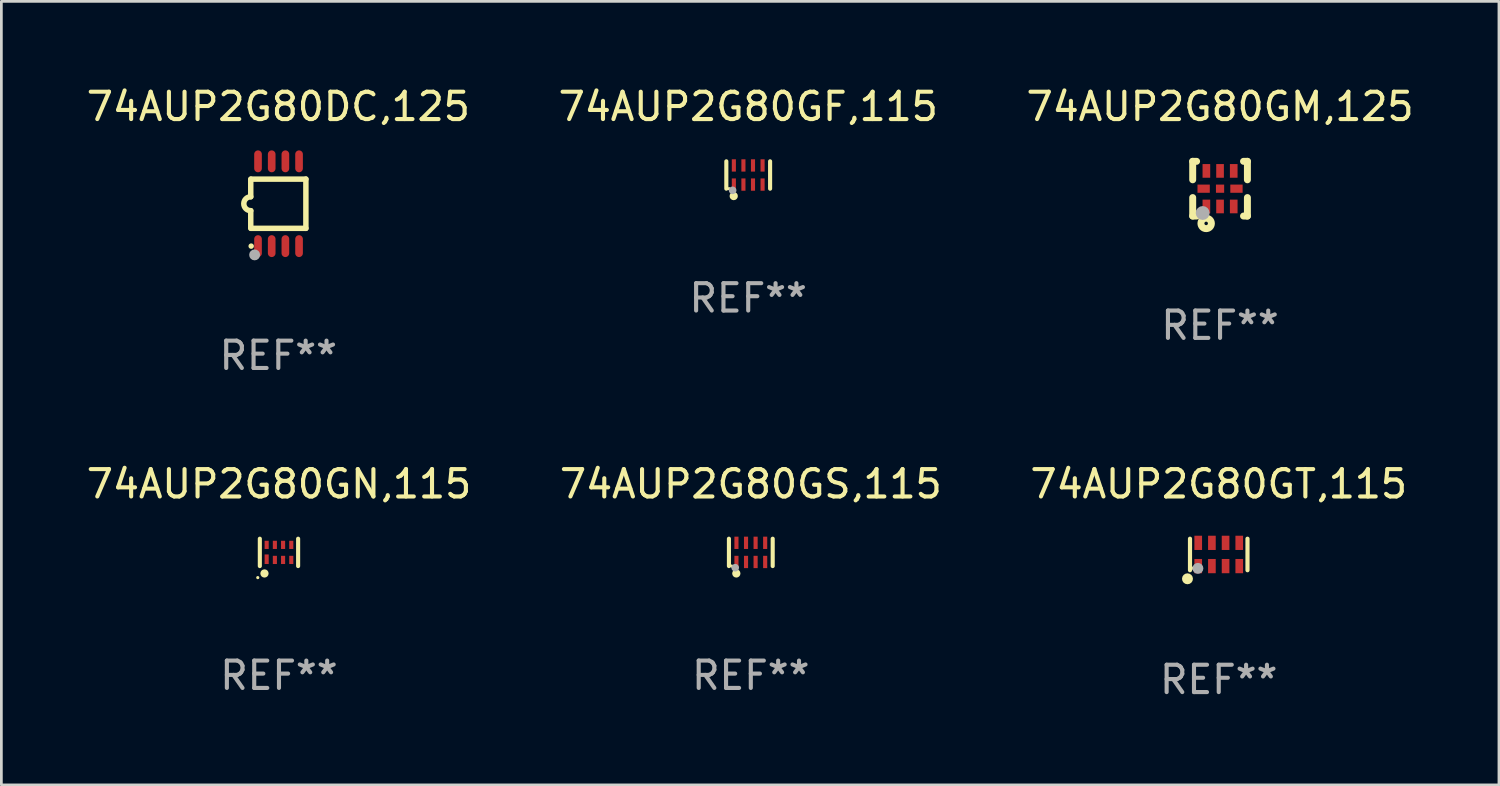
<source format=kicad_pcb>
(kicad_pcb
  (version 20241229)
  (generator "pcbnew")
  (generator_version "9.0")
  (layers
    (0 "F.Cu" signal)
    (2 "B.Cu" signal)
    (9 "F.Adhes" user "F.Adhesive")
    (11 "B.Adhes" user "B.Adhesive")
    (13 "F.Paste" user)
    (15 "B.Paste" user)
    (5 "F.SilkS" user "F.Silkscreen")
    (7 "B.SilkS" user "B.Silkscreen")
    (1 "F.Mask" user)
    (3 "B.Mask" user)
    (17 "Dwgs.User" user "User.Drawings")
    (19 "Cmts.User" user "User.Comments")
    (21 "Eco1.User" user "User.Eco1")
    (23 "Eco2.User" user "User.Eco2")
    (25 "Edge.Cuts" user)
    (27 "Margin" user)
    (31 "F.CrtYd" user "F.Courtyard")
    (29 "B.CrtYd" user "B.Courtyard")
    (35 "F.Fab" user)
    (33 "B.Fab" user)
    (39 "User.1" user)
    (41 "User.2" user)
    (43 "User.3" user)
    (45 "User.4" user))
  (footprint "74AUP2G80DC,125"
    (layer "F.Cu")
    (at 7.125 4.398)
    (property "Reference" "74AUP2G80DC,125" (at 0 -3.55 0) (layer "F.SilkS") (effects (font (size 1 1) (thickness 0.15))))
    (attr through_hole)
    (fp_line (start -1.008 -0.254) (end -1.008 -0.9) (stroke (width 0.2) (type solid)) (layer "F.SilkS"))
    (fp_line (start -1.008 0.254) (end -1.008 0.9) (stroke (width 0.2) (type solid)) (layer "F.SilkS"))
    (fp_line (start -0.992 0.9) (end 1.008 0.9) (stroke (width 0.2) (type solid)) (layer "F.SilkS"))
    (fp_line (start 1.008 -0.9) (end -0.992 -0.9) (stroke (width 0.2) (type solid)) (layer "F.SilkS"))
    (fp_line (start 1.008 0.9) (end 1.008 -0.9) (stroke (width 0.2) (type solid)) (layer "F.SilkS"))
    (fp_arc (start -1.008001 0.254001) (mid -1.262002 0) (end -1.008001 -0.254001) (stroke (width 0.2) (type solid)) (layer "F.SilkS"))
    (fp_circle (center -0.992 1.55) (end -0.942 1.55) (stroke (width 0.1) (type solid)) (fill no) (layer "F.SilkS"))
    (fp_circle (center -0.866 1.87) (end -0.766 1.87) (stroke (width 0.2) (type solid)) (fill no) (layer "F.Fab"))
    (fp_text user "REF**" (at 0 5.55 0) (layer "F.Fab") (effects (font (size 1 1) (thickness 0.15))))
    (pad "1" smd oval (at -0.742 1.55 270) (size 0.8 0.28) (layers "F.Cu" "F.Mask" "F.Paste"))
    (pad "2" smd oval (at -0.242 1.55 270) (size 0.8 0.28) (layers "F.Cu" "F.Mask" "F.Paste"))
    (pad "3" smd oval (at 0.258 1.55 270) (size 0.8 0.28) (layers "F.Cu" "F.Mask" "F.Paste"))
    (pad "4" smd oval (at 0.758 1.55 270) (size 0.8 0.28) (layers "F.Cu" "F.Mask" "F.Paste"))
    (pad "5" smd oval (at 0.758 -1.55 270) (size 0.8 0.28) (layers "F.Cu" "F.Mask" "F.Paste"))
    (pad "6" smd oval (at 0.258 -1.55 270) (size 0.8 0.28) (layers "F.Cu" "F.Mask" "F.Paste"))
    (pad "7" smd oval (at -0.242 -1.55 270) (size 0.8 0.28) (layers "F.Cu" "F.Mask" "F.Paste"))
    (pad "8" smd oval (at -0.742 -1.55 270) (size 0.8 0.28) (layers "F.Cu" "F.Mask" "F.Paste")))
  (footprint "74AUP2G80GS,115"
    (layer "F.Cu")
    (at 24.399 17.145)
    (property "Reference" "74AUP2G80GS,115" (at 0 -2.5 0) (layer "F.SilkS") (effects (font (size 1 1) (thickness 0.15))))
    (attr through_hole)
    (fp_line (start -0.8 -0.5) (end -0.8 0.5) (stroke (width 0.15) (type solid)) (layer "F.SilkS"))
    (fp_line (start 0.8 -0.5) (end 0.8 0.5) (stroke (width 0.15) (type solid)) (layer "F.SilkS"))
    (fp_circle (center -0.7 0.5) (end -0.67 0.5) (stroke (width 0.06) (type solid)) (fill no) (layer "F.SilkS"))
    (fp_circle (center -0.53 0.77) (end -0.454 0.77) (stroke (width 0.15) (type solid)) (fill no) (layer "F.SilkS"))
    (fp_circle (center -0.57 0.56) (end -0.5 0.56) (stroke (width 0.14) (type solid)) (fill no) (layer "F.Fab"))
    (fp_text user "REF**" (at 0 4.5 0) (layer "F.Fab") (effects (font (size 1 1) (thickness 0.15))))
    (pad "1" smd rect (at -0.525 0.35) (size 0.15 0.45) (layers "F.Cu" "F.Mask" "F.Paste"))
    (pad "2" smd rect (at -0.175 0.35) (size 0.15 0.45) (layers "F.Cu" "F.Mask" "F.Paste"))
    (pad "3" smd rect (at 0.175 0.35) (size 0.15 0.45) (layers "F.Cu" "F.Mask" "F.Paste"))
    (pad "4" smd rect (at 0.525 0.35) (size 0.15 0.45) (layers "F.Cu" "F.Mask" "F.Paste"))
    (pad "5" smd rect (at 0.525 -0.35) (size 0.15 0.45) (layers "F.Cu" "F.Mask" "F.Paste"))
    (pad "6" smd rect (at 0.175 -0.35) (size 0.15 0.45) (layers "F.Cu" "F.Mask" "F.Paste"))
    (pad "7" smd rect (at -0.175 -0.35) (size 0.15 0.45) (layers "F.Cu" "F.Mask" "F.Paste"))
    (pad "8" smd rect (at -0.525 -0.35) (size 0.15 0.45) (layers "F.Cu" "F.Mask" "F.Paste")))
  (footprint "74AUP2G80GN,115"
    (layer "F.Cu")
    (at 7.149 17.145)
    (property "Reference" "74AUP2G80GN,115" (at 0 -2.5 0) (layer "F.SilkS") (effects (font (size 1 1) (thickness 0.15))))
    (attr through_hole)
    (fp_line (start -0.7 -0.5) (end -0.7 0.5) (stroke (width 0.15) (type solid)) (layer "F.SilkS"))
    (fp_line (start 0.7 -0.5) (end 0.7 0.5) (stroke (width 0.15) (type solid)) (layer "F.SilkS"))
    (fp_circle (center -0.775 0.922) (end -0.745 0.922) (stroke (width 0.06) (type solid)) (fill no) (layer "F.SilkS"))
    (fp_circle (center -0.53 0.77) (end -0.454 0.77) (stroke (width 0.15) (type solid)) (fill no) (layer "F.SilkS"))
    (fp_text user "REF**" (at 0 4.5 0) (layer "F.Fab") (effects (font (size 1 1) (thickness 0.15))))
    (pad "1" smd rect (at -0.45 0.25) (size 0.15 0.35) (layers "F.Cu" "F.Mask" "F.Paste"))
    (pad "2" smd rect (at -0.15 0.275) (size 0.15 0.3) (layers "F.Cu" "F.Mask" "F.Paste"))
    (pad "3" smd rect (at 0.15 0.275) (size 0.15 0.3) (layers "F.Cu" "F.Mask" "F.Paste"))
    (pad "4" smd rect (at 0.45 0.275) (size 0.15 0.3) (layers "F.Cu" "F.Mask" "F.Paste"))
    (pad "5" smd rect (at 0.45 -0.275) (size 0.15 0.3) (layers "F.Cu" "F.Mask" "F.Paste"))
    (pad "6" smd rect (at 0.15 -0.275) (size 0.15 0.3) (layers "F.Cu" "F.Mask" "F.Paste"))
    (pad "7" smd rect (at -0.15 -0.275) (size 0.15 0.3) (layers "F.Cu" "F.Mask" "F.Paste"))
    (pad "8" smd rect (at -0.45 -0.275) (size 0.15 0.3) (layers "F.Cu" "F.Mask" "F.Paste")))
  (footprint "74AUP2G80GM,125"
    (layer "F.Cu")
    (at 41.554 3.848)
    (property "Reference" "74AUP2G80GM,125" (at 0 -3 0) (layer "F.SilkS") (effects (font (size 1 1) (thickness 0.15))))
    (attr through_hole)
    (fp_line (start -1 -1) (end -0.858 -1) (stroke (width 0.254) (type solid)) (layer "F.SilkS"))
    (fp_line (start -1 -0.325) (end -1 -1) (stroke (width 0.254) (type solid)) (layer "F.SilkS"))
    (fp_line (start -1 1) (end -1 0.325) (stroke (width 0.254) (type solid)) (layer "F.SilkS"))
    (fp_line (start -0.858 1) (end -1 1) (stroke (width 0.254) (type solid)) (layer "F.SilkS"))
    (fp_line (start 0.858 -1) (end 1 -1) (stroke (width 0.254) (type solid)) (layer "F.SilkS"))
    (fp_line (start 1 -1) (end 1 -0.325) (stroke (width 0.254) (type solid)) (layer "F.SilkS"))
    (fp_line (start 1 0.325) (end 1 1) (stroke (width 0.254) (type solid)) (layer "F.SilkS"))
    (fp_line (start 1 1) (end 0.858 1) (stroke (width 0.254) (type solid)) (layer "F.SilkS"))
    (fp_circle (center -0.8 0.8) (end -0.77 0.8) (stroke (width 0.06) (type solid)) (fill no) (layer "F.SilkS"))
    (fp_circle (center -0.508 1.27) (end -0.444 1.27) (stroke (width 0.254) (type solid)) (fill no) (layer "F.SilkS"))
    (fp_circle (center -0.635 0.889) (end -0.508 0.889) (stroke (width 0.254) (type solid)) (fill no) (layer "F.Fab"))
    (fp_text user "REF**" (at 0 5 0) (layer "F.Fab") (effects (font (size 1 1) (thickness 0.15))))
    (pad "1" smd rect (at -0.5 0.65 90) (size 0.5 0.28) (layers "F.Cu" "F.Mask" "F.Paste"))
    (pad "2" smd rect (at 0.000013 0.65 90) (size 0.5 0.28) (layers "F.Cu" "F.Mask" "F.Paste"))
    (pad "3" smd rect (at 0.5 0.65 90) (size 0.5 0.28) (layers "F.Cu" "F.Mask" "F.Paste"))
    (pad "4" smd rect (at 0.6 0.000076 180) (size 0.45 0.3) (layers "F.Cu" "F.Mask" "F.Paste"))
    (pad "5" smd rect (at 0.5 -0.65 90) (size 0.5 0.28) (layers "F.Cu" "F.Mask" "F.Paste"))
    (pad "6" smd rect (at 0.000013 -0.65 90) (size 0.5 0.28) (layers "F.Cu" "F.Mask" "F.Paste"))
    (pad "7" smd rect (at -0.5 -0.65 90) (size 0.5 0.28) (layers "F.Cu" "F.Mask" "F.Paste"))
    (pad "8" smd rect (at -0.6 0.000076 180) (size 0.45 0.3) (layers "F.Cu" "F.Mask" "F.Paste"))
    (pad "9" smd rect (at 0.000013 0.000076 180) (size 0.3 0.3) (layers "F.Cu" "F.Mask" "F.Paste")))
  (footprint "74AUP2G80GF,115"
    (layer "F.Cu")
    (at 24.304 3.348)
    (property "Reference" "74AUP2G80GF,115" (at 0 -2.5 0) (layer "F.SilkS") (effects (font (size 1 1) (thickness 0.15))))
    (attr through_hole)
    (fp_line (start -0.8 -0.5) (end -0.8 0.5) (stroke (width 0.15) (type solid)) (layer "F.SilkS"))
    (fp_line (start 0.8 -0.5) (end 0.8 0.5) (stroke (width 0.15) (type solid)) (layer "F.SilkS"))
    (fp_circle (center -0.7 0.5) (end -0.67 0.5) (stroke (width 0.06) (type solid)) (fill no) (layer "F.SilkS"))
    (fp_circle (center -0.53 0.77) (end -0.454 0.77) (stroke (width 0.15) (type solid)) (fill no) (layer "F.SilkS"))
    (fp_circle (center -0.57 0.56) (end -0.5 0.56) (stroke (width 0.14) (type solid)) (fill no) (layer "F.Fab"))
    (fp_text user "REF**" (at 0 4.5 0) (layer "F.Fab") (effects (font (size 1 1) (thickness 0.15))))
    (pad "1" smd rect (at -0.525 0.35) (size 0.15 0.45) (layers "F.Cu" "F.Mask" "F.Paste"))
    (pad "2" smd rect (at -0.175 0.35) (size 0.15 0.45) (layers "F.Cu" "F.Mask" "F.Paste"))
    (pad "3" smd rect (at 0.175 0.35) (size 0.15 0.45) (layers "F.Cu" "F.Mask" "F.Paste"))
    (pad "4" smd rect (at 0.525 0.35) (size 0.15 0.45) (layers "F.Cu" "F.Mask" "F.Paste"))
    (pad "5" smd rect (at 0.525 -0.35) (size 0.15 0.45) (layers "F.Cu" "F.Mask" "F.Paste"))
    (pad "6" smd rect (at 0.175 -0.35) (size 0.15 0.45) (layers "F.Cu" "F.Mask" "F.Paste"))
    (pad "7" smd rect (at -0.175 -0.35) (size 0.15 0.45) (layers "F.Cu" "F.Mask" "F.Paste"))
    (pad "8" smd rect (at -0.525 -0.35) (size 0.15 0.45) (layers "F.Cu" "F.Mask" "F.Paste")))
  (footprint "74AUP2G80GT,115"
    (layer "F.Cu")
    (at 41.506 17.221)
    (property "Reference" "74AUP2G80GT,115" (at 0 -2.576 0) (layer "F.SilkS") (effects (font (size 1 1) (thickness 0.15))))
    (attr through_hole)
    (fp_line (start -1.051 0.576) (end -1.051 -0.576) (stroke (width 0.152) (type solid)) (layer "F.SilkS"))
    (fp_line (start 1.051 -0.576) (end 1.051 0.576) (stroke (width 0.152) (type solid)) (layer "F.SilkS"))
    (fp_circle (center -1.143 0.889) (end -1.043 0.889) (stroke (width 0.2) (type solid)) (fill no) (layer "F.SilkS"))
    (fp_circle (center -0.975 0.5) (end -0.945 0.5) (stroke (width 0.06) (type solid)) (fill no) (layer "F.SilkS"))
    (fp_circle (center -0.762 0.508) (end -0.662 0.508) (stroke (width 0.2) (type solid)) (fill no) (layer "F.Fab"))
    (fp_text user "REF**" (at 0 4.576 0) (layer "F.Fab") (effects (font (size 1 1) (thickness 0.15))))
    (pad "1" smd rect (at -0.75 0.425) (size 0.28 0.521) (layers "F.Cu" "F.Mask" "F.Paste"))
    (pad "2" smd rect (at -0.25 0.425) (size 0.28 0.521) (layers "F.Cu" "F.Mask" "F.Paste"))
    (pad "3" smd rect (at 0.25 0.425) (size 0.28 0.521) (layers "F.Cu" "F.Mask" "F.Paste"))
    (pad "4" smd rect (at 0.75 0.425) (size 0.28 0.521) (layers "F.Cu" "F.Mask" "F.Paste"))
    (pad "5" smd rect (at 0.75 -0.425) (size 0.28 0.521) (layers "F.Cu" "F.Mask" "F.Paste"))
    (pad "6" smd rect (at 0.25 -0.425) (size 0.28 0.521) (layers "F.Cu" "F.Mask" "F.Paste"))
    (pad "7" smd rect (at -0.25 -0.425) (size 0.28 0.521) (layers "F.Cu" "F.Mask" "F.Paste"))
    (pad "8" smd rect (at -0.75 -0.425) (size 0.28 0.521) (layers "F.Cu" "F.Mask" "F.Paste")))
  (gr_rect
    (start -3 -3)
    (end 51.75 25.645)
    (stroke (width 0.1) (type default))
    (fill no)
    (layer "Edge.Cuts")))
</source>
